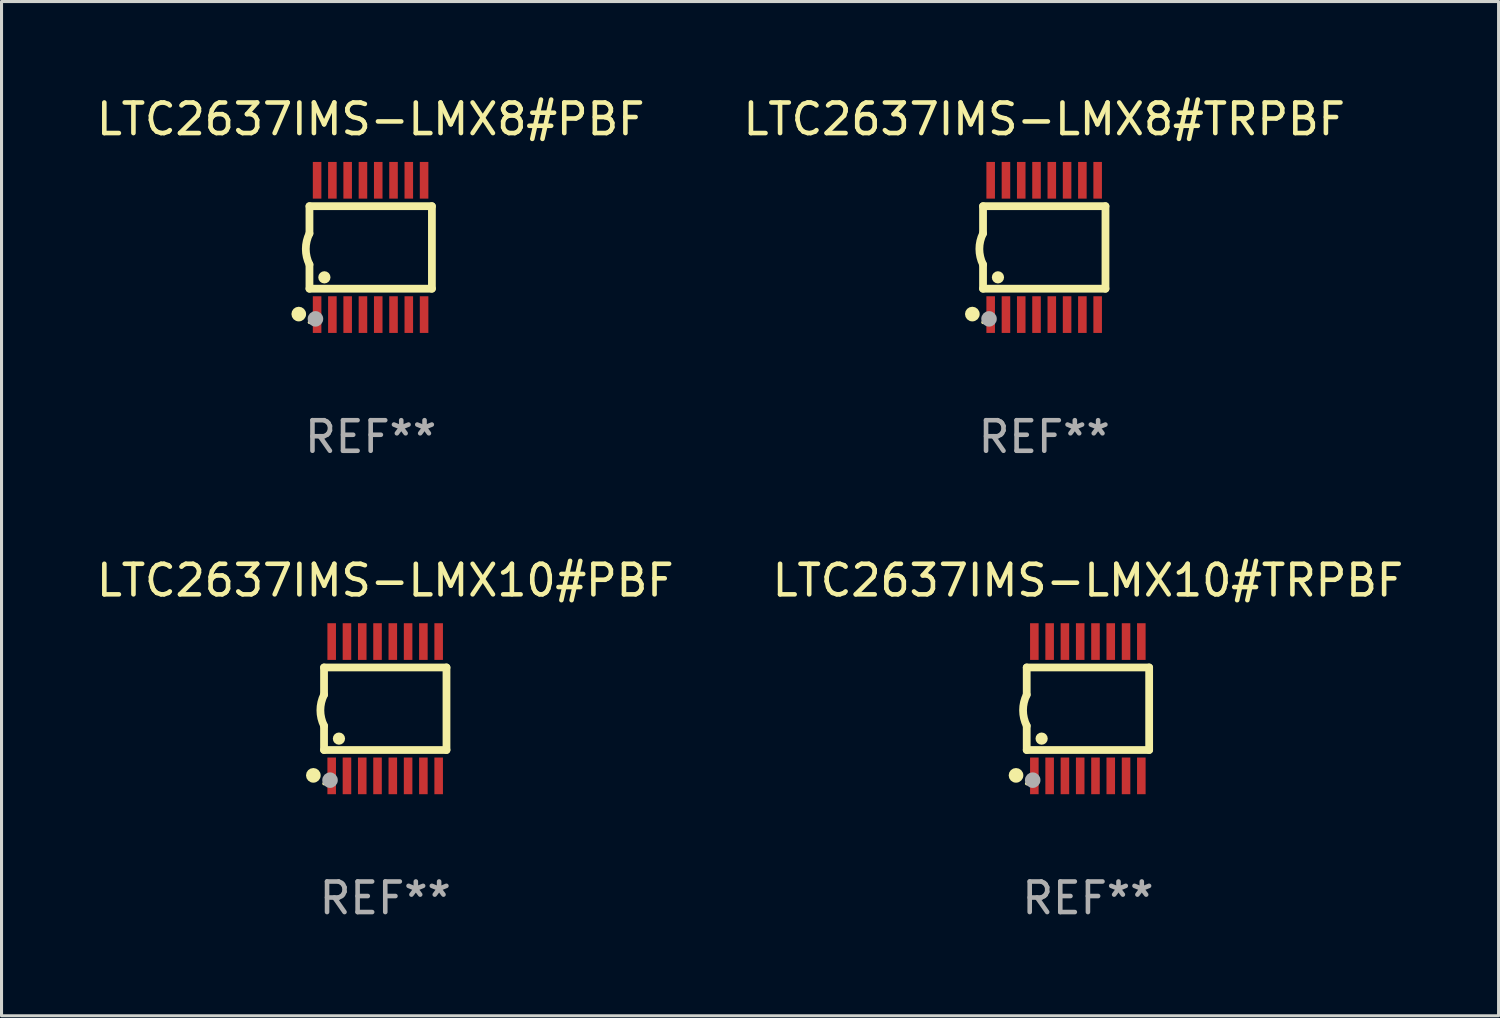
<source format=kicad_pcb>
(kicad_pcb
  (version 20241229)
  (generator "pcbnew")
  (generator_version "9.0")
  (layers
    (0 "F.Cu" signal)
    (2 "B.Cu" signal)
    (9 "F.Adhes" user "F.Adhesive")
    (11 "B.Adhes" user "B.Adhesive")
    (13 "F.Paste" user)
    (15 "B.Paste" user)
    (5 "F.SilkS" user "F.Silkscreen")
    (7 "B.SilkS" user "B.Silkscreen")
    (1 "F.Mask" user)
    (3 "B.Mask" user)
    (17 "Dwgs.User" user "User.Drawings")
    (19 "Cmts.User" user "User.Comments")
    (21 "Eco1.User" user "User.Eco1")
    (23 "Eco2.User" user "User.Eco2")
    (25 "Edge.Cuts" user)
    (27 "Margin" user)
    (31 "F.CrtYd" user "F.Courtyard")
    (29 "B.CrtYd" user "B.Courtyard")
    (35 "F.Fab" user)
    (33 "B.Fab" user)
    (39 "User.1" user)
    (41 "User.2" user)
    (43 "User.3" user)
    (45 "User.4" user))
  (footprint "LTC2637IMS-LMX10#PBF"
    (layer "F.Cu")
    (at 9.554 20.136)
    (property "Reference" "LTC2637IMS-LMX10#PBF" (at 0 -4.197 0) (layer "F.SilkS") (effects (font (size 1 1) (thickness 0.15))))
    (attr through_hole)
    (fp_line (start -2.003 -1.35) (end -2.003 -0.457) (stroke (width 0.254) (type solid)) (layer "F.SilkS"))
    (fp_line (start -2.003 -1.35) (end 2.003 -1.35) (stroke (width 0.254) (type solid)) (layer "F.SilkS"))
    (fp_line (start -2.003 1.35) (end -2.003 0.559) (stroke (width 0.254) (type solid)) (layer "F.SilkS"))
    (fp_line (start -2.003 1.35) (end 2.003 1.35) (stroke (width 0.254) (type solid)) (layer "F.SilkS"))
    (fp_line (start 2.003 -1.35) (end 2.003 1.35) (stroke (width 0.254) (type solid)) (layer "F.SilkS"))
    (fp_arc (start -2.002286 0.558802) (mid -2.122556 0.05092) (end -2.003302 -0.457201) (stroke (width 0.254001) (type solid)) (layer "F.SilkS"))
    (fp_circle (center -2.353 2.18) (end -2.233 2.18) (stroke (width 0.24) (type solid)) (fill no) (layer "F.SilkS"))
    (fp_circle (center -2.003 2.45) (end -1.973 2.45) (stroke (width 0.06) (type solid)) (fill no) (layer "F.SilkS"))
    (fp_circle (center -1.515 0.978) (end -1.415 0.978) (stroke (width 0.2) (type solid)) (fill no) (layer "F.SilkS"))
    (fp_circle (center -1.807 2.337) (end -1.68 2.337) (stroke (width 0.254) (type solid)) (fill no) (layer "F.Fab"))
    (fp_text user "REF**" (at 0 6.197 0) (layer "F.Fab") (effects (font (size 1 1) (thickness 0.15))))
    (pad "1" smd rect (at -1.753 2.197 90) (size 1.2 0.28) (layers "F.Cu" "F.Mask" "F.Paste"))
    (pad "2" smd rect (at -1.253 2.197 90) (size 1.2 0.28) (layers "F.Cu" "F.Mask" "F.Paste"))
    (pad "3" smd rect (at -0.753 2.197 90) (size 1.2 0.28) (layers "F.Cu" "F.Mask" "F.Paste"))
    (pad "4" smd rect (at -0.253 2.197 90) (size 1.2 0.28) (layers "F.Cu" "F.Mask" "F.Paste"))
    (pad "5" smd rect (at 0.247 2.197 90) (size 1.2 0.28) (layers "F.Cu" "F.Mask" "F.Paste"))
    (pad "6" smd rect (at 0.747 2.197 90) (size 1.2 0.28) (layers "F.Cu" "F.Mask" "F.Paste"))
    (pad "7" smd rect (at 1.247 2.197 90) (size 1.2 0.28) (layers "F.Cu" "F.Mask" "F.Paste"))
    (pad "8" smd rect (at 1.747 2.197 90) (size 1.2 0.28) (layers "F.Cu" "F.Mask" "F.Paste"))
    (pad "9" smd rect (at 1.747 -2.197 90) (size 1.2 0.28) (layers "F.Cu" "F.Mask" "F.Paste"))
    (pad "10" smd rect (at 1.247 -2.197 90) (size 1.2 0.28) (layers "F.Cu" "F.Mask" "F.Paste"))
    (pad "11" smd rect (at 0.747 -2.197 90) (size 1.2 0.28) (layers "F.Cu" "F.Mask" "F.Paste"))
    (pad "12" smd rect (at 0.247 -2.197 90) (size 1.2 0.28) (layers "F.Cu" "F.Mask" "F.Paste"))
    (pad "13" smd rect (at -0.253 -2.197 90) (size 1.2 0.28) (layers "F.Cu" "F.Mask" "F.Paste"))
    (pad "14" smd rect (at -0.753 -2.197 90) (size 1.2 0.28) (layers "F.Cu" "F.Mask" "F.Paste"))
    (pad "15" smd rect (at -1.253 -2.197 90) (size 1.2 0.28) (layers "F.Cu" "F.Mask" "F.Paste"))
    (pad "16" smd rect (at -1.753 -2.197 90) (size 1.2 0.28) (layers "F.Cu" "F.Mask" "F.Paste")))
  (footprint "LTC2637IMS-LMX8#TRPBF"
    (layer "F.Cu")
    (at 31.113 5.045)
    (property "Reference" "LTC2637IMS-LMX8#TRPBF" (at 0 -4.197 0) (layer "F.SilkS") (effects (font (size 1 1) (thickness 0.15))))
    (attr through_hole)
    (fp_line (start -2.003 -1.35) (end -2.003 -0.457) (stroke (width 0.254) (type solid)) (layer "F.SilkS"))
    (fp_line (start -2.003 -1.35) (end 2.003 -1.35) (stroke (width 0.254) (type solid)) (layer "F.SilkS"))
    (fp_line (start -2.003 1.35) (end -2.003 0.559) (stroke (width 0.254) (type solid)) (layer "F.SilkS"))
    (fp_line (start -2.003 1.35) (end 2.003 1.35) (stroke (width 0.254) (type solid)) (layer "F.SilkS"))
    (fp_line (start 2.003 -1.35) (end 2.003 1.35) (stroke (width 0.254) (type solid)) (layer "F.SilkS"))
    (fp_arc (start -2.002286 0.558802) (mid -2.122556 0.05092) (end -2.003302 -0.457201) (stroke (width 0.254001) (type solid)) (layer "F.SilkS"))
    (fp_circle (center -2.353 2.18) (end -2.233 2.18) (stroke (width 0.24) (type solid)) (fill no) (layer "F.SilkS"))
    (fp_circle (center -2.003 2.45) (end -1.973 2.45) (stroke (width 0.06) (type solid)) (fill no) (layer "F.SilkS"))
    (fp_circle (center -1.515 0.978) (end -1.415 0.978) (stroke (width 0.2) (type solid)) (fill no) (layer "F.SilkS"))
    (fp_circle (center -1.807 2.337) (end -1.68 2.337) (stroke (width 0.254) (type solid)) (fill no) (layer "F.Fab"))
    (fp_text user "REF**" (at 0 6.197 0) (layer "F.Fab") (effects (font (size 1 1) (thickness 0.15))))
    (pad "1" smd rect (at -1.753 2.197 90) (size 1.2 0.28) (layers "F.Cu" "F.Mask" "F.Paste"))
    (pad "2" smd rect (at -1.253 2.197 90) (size 1.2 0.28) (layers "F.Cu" "F.Mask" "F.Paste"))
    (pad "3" smd rect (at -0.753 2.197 90) (size 1.2 0.28) (layers "F.Cu" "F.Mask" "F.Paste"))
    (pad "4" smd rect (at -0.253 2.197 90) (size 1.2 0.28) (layers "F.Cu" "F.Mask" "F.Paste"))
    (pad "5" smd rect (at 0.247 2.197 90) (size 1.2 0.28) (layers "F.Cu" "F.Mask" "F.Paste"))
    (pad "6" smd rect (at 0.747 2.197 90) (size 1.2 0.28) (layers "F.Cu" "F.Mask" "F.Paste"))
    (pad "7" smd rect (at 1.247 2.197 90) (size 1.2 0.28) (layers "F.Cu" "F.Mask" "F.Paste"))
    (pad "8" smd rect (at 1.747 2.197 90) (size 1.2 0.28) (layers "F.Cu" "F.Mask" "F.Paste"))
    (pad "9" smd rect (at 1.747 -2.197 90) (size 1.2 0.28) (layers "F.Cu" "F.Mask" "F.Paste"))
    (pad "10" smd rect (at 1.247 -2.197 90) (size 1.2 0.28) (layers "F.Cu" "F.Mask" "F.Paste"))
    (pad "11" smd rect (at 0.747 -2.197 90) (size 1.2 0.28) (layers "F.Cu" "F.Mask" "F.Paste"))
    (pad "12" smd rect (at 0.247 -2.197 90) (size 1.2 0.28) (layers "F.Cu" "F.Mask" "F.Paste"))
    (pad "13" smd rect (at -0.253 -2.197 90) (size 1.2 0.28) (layers "F.Cu" "F.Mask" "F.Paste"))
    (pad "14" smd rect (at -0.753 -2.197 90) (size 1.2 0.28) (layers "F.Cu" "F.Mask" "F.Paste"))
    (pad "15" smd rect (at -1.253 -2.197 90) (size 1.2 0.28) (layers "F.Cu" "F.Mask" "F.Paste"))
    (pad "16" smd rect (at -1.753 -2.197 90) (size 1.2 0.28) (layers "F.Cu" "F.Mask" "F.Paste")))
  (footprint "LTC2637IMS-LMX8#PBF"
    (layer "F.Cu")
    (at 9.077 5.045)
    (property "Reference" "LTC2637IMS-LMX8#PBF" (at 0 -4.197 0) (layer "F.SilkS") (effects (font (size 1 1) (thickness 0.15))))
    (attr through_hole)
    (fp_line (start -2.003 -1.35) (end -2.003 -0.457) (stroke (width 0.254) (type solid)) (layer "F.SilkS"))
    (fp_line (start -2.003 -1.35) (end 2.003 -1.35) (stroke (width 0.254) (type solid)) (layer "F.SilkS"))
    (fp_line (start -2.003 1.35) (end -2.003 0.559) (stroke (width 0.254) (type solid)) (layer "F.SilkS"))
    (fp_line (start -2.003 1.35) (end 2.003 1.35) (stroke (width 0.254) (type solid)) (layer "F.SilkS"))
    (fp_line (start 2.003 -1.35) (end 2.003 1.35) (stroke (width 0.254) (type solid)) (layer "F.SilkS"))
    (fp_arc (start -2.002286 0.558802) (mid -2.122556 0.05092) (end -2.003302 -0.457201) (stroke (width 0.254001) (type solid)) (layer "F.SilkS"))
    (fp_circle (center -2.353 2.18) (end -2.233 2.18) (stroke (width 0.24) (type solid)) (fill no) (layer "F.SilkS"))
    (fp_circle (center -2.003 2.45) (end -1.973 2.45) (stroke (width 0.06) (type solid)) (fill no) (layer "F.SilkS"))
    (fp_circle (center -1.515 0.978) (end -1.415 0.978) (stroke (width 0.2) (type solid)) (fill no) (layer "F.SilkS"))
    (fp_circle (center -1.807 2.337) (end -1.68 2.337) (stroke (width 0.254) (type solid)) (fill no) (layer "F.Fab"))
    (fp_text user "REF**" (at 0 6.197 0) (layer "F.Fab") (effects (font (size 1 1) (thickness 0.15))))
    (pad "1" smd rect (at -1.753 2.197 90) (size 1.2 0.28) (layers "F.Cu" "F.Mask" "F.Paste"))
    (pad "2" smd rect (at -1.253 2.197 90) (size 1.2 0.28) (layers "F.Cu" "F.Mask" "F.Paste"))
    (pad "3" smd rect (at -0.753 2.197 90) (size 1.2 0.28) (layers "F.Cu" "F.Mask" "F.Paste"))
    (pad "4" smd rect (at -0.253 2.197 90) (size 1.2 0.28) (layers "F.Cu" "F.Mask" "F.Paste"))
    (pad "5" smd rect (at 0.247 2.197 90) (size 1.2 0.28) (layers "F.Cu" "F.Mask" "F.Paste"))
    (pad "6" smd rect (at 0.747 2.197 90) (size 1.2 0.28) (layers "F.Cu" "F.Mask" "F.Paste"))
    (pad "7" smd rect (at 1.247 2.197 90) (size 1.2 0.28) (layers "F.Cu" "F.Mask" "F.Paste"))
    (pad "8" smd rect (at 1.747 2.197 90) (size 1.2 0.28) (layers "F.Cu" "F.Mask" "F.Paste"))
    (pad "9" smd rect (at 1.747 -2.197 90) (size 1.2 0.28) (layers "F.Cu" "F.Mask" "F.Paste"))
    (pad "10" smd rect (at 1.247 -2.197 90) (size 1.2 0.28) (layers "F.Cu" "F.Mask" "F.Paste"))
    (pad "11" smd rect (at 0.747 -2.197 90) (size 1.2 0.28) (layers "F.Cu" "F.Mask" "F.Paste"))
    (pad "12" smd rect (at 0.247 -2.197 90) (size 1.2 0.28) (layers "F.Cu" "F.Mask" "F.Paste"))
    (pad "13" smd rect (at -0.253 -2.197 90) (size 1.2 0.28) (layers "F.Cu" "F.Mask" "F.Paste"))
    (pad "14" smd rect (at -0.753 -2.197 90) (size 1.2 0.28) (layers "F.Cu" "F.Mask" "F.Paste"))
    (pad "15" smd rect (at -1.253 -2.197 90) (size 1.2 0.28) (layers "F.Cu" "F.Mask" "F.Paste"))
    (pad "16" smd rect (at -1.753 -2.197 90) (size 1.2 0.28) (layers "F.Cu" "F.Mask" "F.Paste")))
  (footprint "LTC2637IMS-LMX10#TRPBF"
    (layer "F.Cu")
    (at 32.542 20.136)
    (property "Reference" "LTC2637IMS-LMX10#TRPBF" (at 0 -4.197 0) (layer "F.SilkS") (effects (font (size 1 1) (thickness 0.15))))
    (attr through_hole)
    (fp_line (start -2.003 -1.35) (end -2.003 -0.457) (stroke (width 0.254) (type solid)) (layer "F.SilkS"))
    (fp_line (start -2.003 -1.35) (end 2.003 -1.35) (stroke (width 0.254) (type solid)) (layer "F.SilkS"))
    (fp_line (start -2.003 1.35) (end -2.003 0.559) (stroke (width 0.254) (type solid)) (layer "F.SilkS"))
    (fp_line (start -2.003 1.35) (end 2.003 1.35) (stroke (width 0.254) (type solid)) (layer "F.SilkS"))
    (fp_line (start 2.003 -1.35) (end 2.003 1.35) (stroke (width 0.254) (type solid)) (layer "F.SilkS"))
    (fp_arc (start -2.002286 0.558802) (mid -2.122556 0.05092) (end -2.003302 -0.457201) (stroke (width 0.254001) (type solid)) (layer "F.SilkS"))
    (fp_circle (center -2.353 2.18) (end -2.233 2.18) (stroke (width 0.24) (type solid)) (fill no) (layer "F.SilkS"))
    (fp_circle (center -2.003 2.45) (end -1.973 2.45) (stroke (width 0.06) (type solid)) (fill no) (layer "F.SilkS"))
    (fp_circle (center -1.515 0.978) (end -1.415 0.978) (stroke (width 0.2) (type solid)) (fill no) (layer "F.SilkS"))
    (fp_circle (center -1.807 2.337) (end -1.68 2.337) (stroke (width 0.254) (type solid)) (fill no) (layer "F.Fab"))
    (fp_text user "REF**" (at 0 6.197 0) (layer "F.Fab") (effects (font (size 1 1) (thickness 0.15))))
    (pad "1" smd rect (at -1.753 2.197 90) (size 1.2 0.28) (layers "F.Cu" "F.Mask" "F.Paste"))
    (pad "2" smd rect (at -1.253 2.197 90) (size 1.2 0.28) (layers "F.Cu" "F.Mask" "F.Paste"))
    (pad "3" smd rect (at -0.753 2.197 90) (size 1.2 0.28) (layers "F.Cu" "F.Mask" "F.Paste"))
    (pad "4" smd rect (at -0.253 2.197 90) (size 1.2 0.28) (layers "F.Cu" "F.Mask" "F.Paste"))
    (pad "5" smd rect (at 0.247 2.197 90) (size 1.2 0.28) (layers "F.Cu" "F.Mask" "F.Paste"))
    (pad "6" smd rect (at 0.747 2.197 90) (size 1.2 0.28) (layers "F.Cu" "F.Mask" "F.Paste"))
    (pad "7" smd rect (at 1.247 2.197 90) (size 1.2 0.28) (layers "F.Cu" "F.Mask" "F.Paste"))
    (pad "8" smd rect (at 1.747 2.197 90) (size 1.2 0.28) (layers "F.Cu" "F.Mask" "F.Paste"))
    (pad "9" smd rect (at 1.747 -2.197 90) (size 1.2 0.28) (layers "F.Cu" "F.Mask" "F.Paste"))
    (pad "10" smd rect (at 1.247 -2.197 90) (size 1.2 0.28) (layers "F.Cu" "F.Mask" "F.Paste"))
    (pad "11" smd rect (at 0.747 -2.197 90) (size 1.2 0.28) (layers "F.Cu" "F.Mask" "F.Paste"))
    (pad "12" smd rect (at 0.247 -2.197 90) (size 1.2 0.28) (layers "F.Cu" "F.Mask" "F.Paste"))
    (pad "13" smd rect (at -0.253 -2.197 90) (size 1.2 0.28) (layers "F.Cu" "F.Mask" "F.Paste"))
    (pad "14" smd rect (at -0.753 -2.197 90) (size 1.2 0.28) (layers "F.Cu" "F.Mask" "F.Paste"))
    (pad "15" smd rect (at -1.253 -2.197 90) (size 1.2 0.28) (layers "F.Cu" "F.Mask" "F.Paste"))
    (pad "16" smd rect (at -1.753 -2.197 90) (size 1.2 0.28) (layers "F.Cu" "F.Mask" "F.Paste")))
  (gr_rect
    (start -3 -3)
    (end 45.976 30.181)
    (stroke (width 0.1) (type default))
    (fill no)
    (layer "Edge.Cuts")))
</source>
